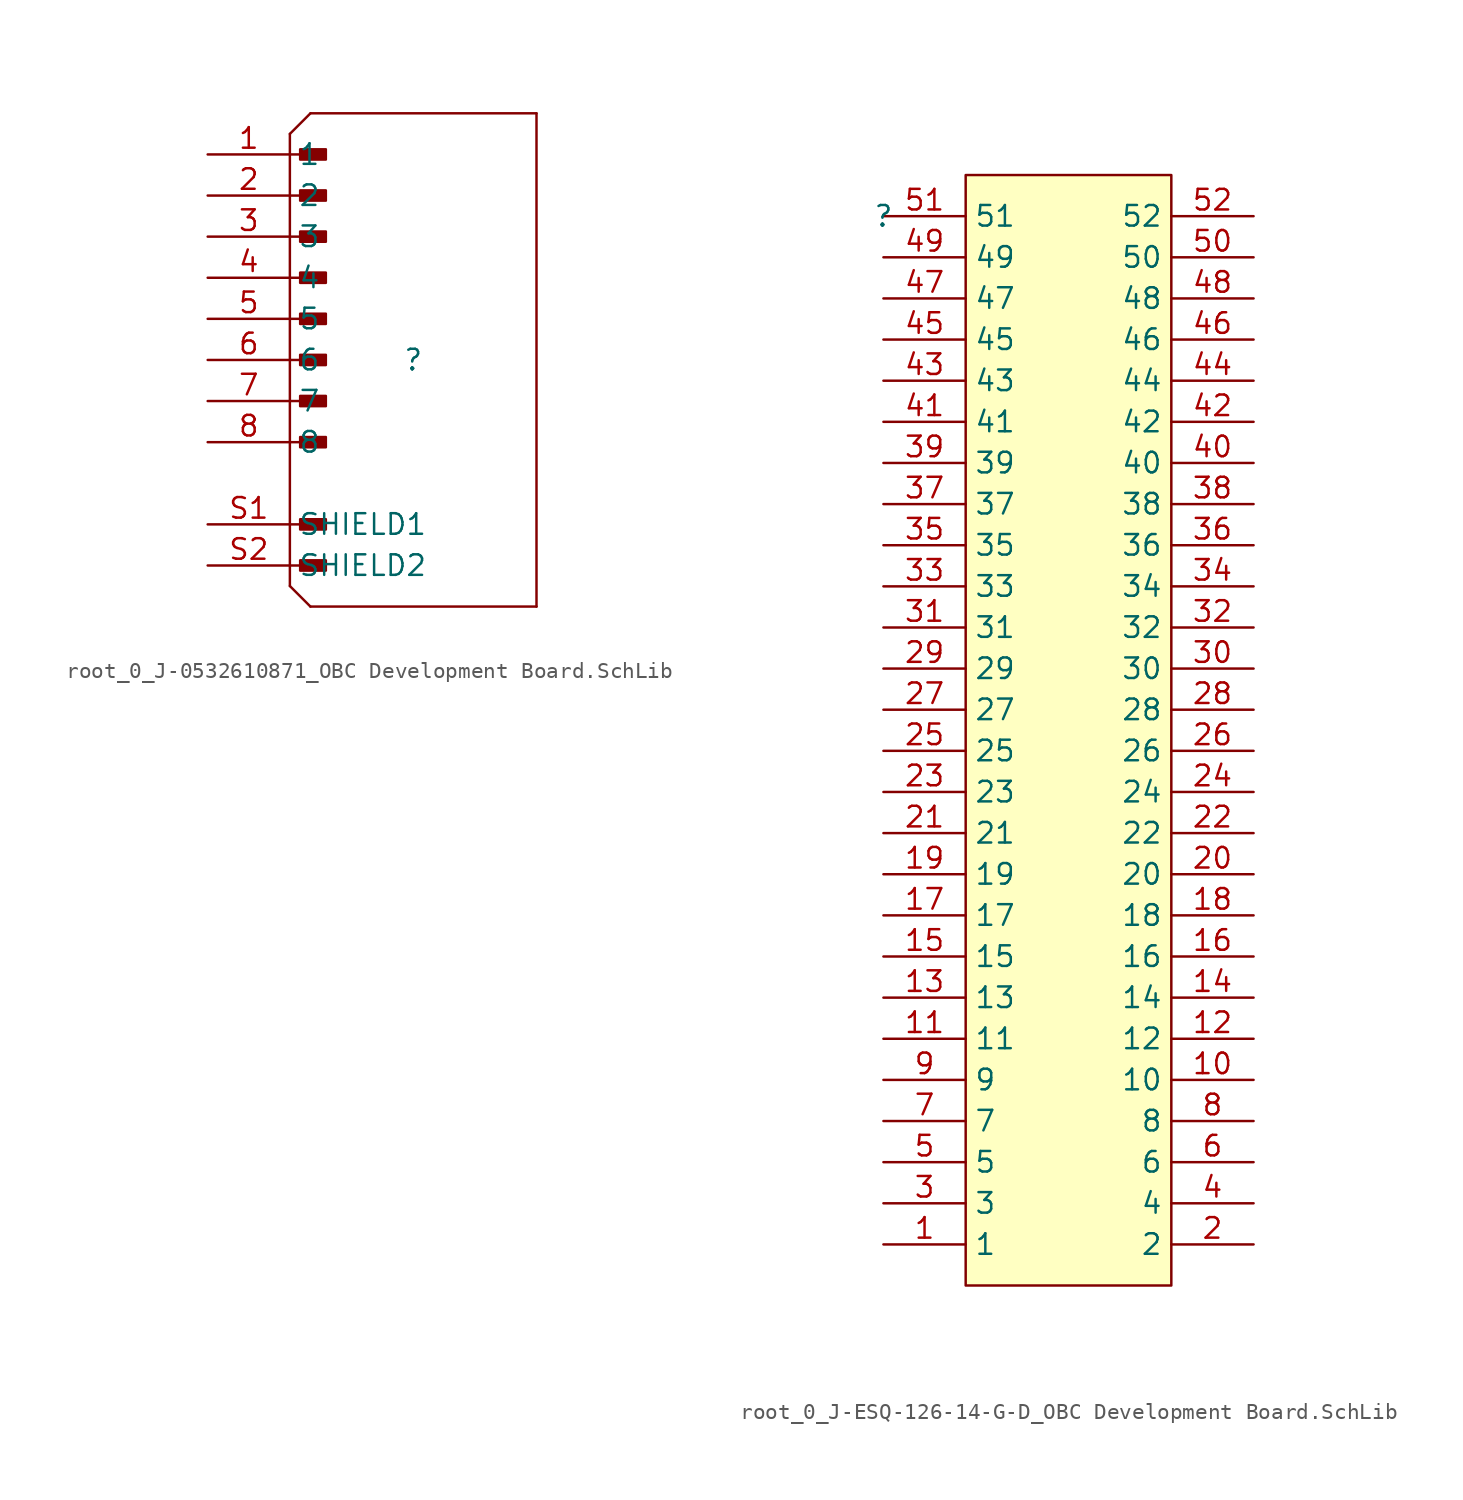
<source format=kicad_sym>
(kicad_symbol_lib
  (version 20241209)
  (generator "kicad_symbol_editor")
  (generator_version "9.0")
  (symbol "root_0_J-0532610871_OBC Development Board.SchLib"
    (property "Reference" ""
      (at 0 0 0)
      (effects (font (size 1.27 1.27))))
    (property "Value" ""
      (at 0 0 0)
      (effects (font (size 1.27 1.27))))
    (symbol "root_0_J-0532610871_OBC Development Board.SchLib_1_0"
      (polyline (pts (xy -7.62 13.97) (xy -7.62 -13.97)) (stroke (width 0) (type solid)) (fill (type none)))
      (polyline (pts (xy -7.62 13.97) (xy -6.35 15.24)) (stroke (width 0) (type solid)) (fill (type none)))
      (polyline (pts (xy -7.62 12.7) (xy -5.715 12.7)) (stroke (width 0) (type solid)) (fill (type none)))
      (polyline (pts (xy -7.62 10.16) (xy -5.715 10.16)) (stroke (width 0) (type solid)) (fill (type none)))
      (polyline (pts (xy -7.62 7.62) (xy -5.715 7.62)) (stroke (width 0) (type solid)) (fill (type none)))
      (polyline (pts (xy -7.62 5.08) (xy -5.715 5.08)) (stroke (width 0) (type solid)) (fill (type none)))
      (polyline (pts (xy -7.62 2.54) (xy -5.715 2.54)) (stroke (width 0) (type solid)) (fill (type none)))
      (polyline (pts (xy -7.62 0) (xy -5.715 0)) (stroke (width 0) (type solid)) (fill (type none)))
      (polyline (pts (xy -7.62 -2.54) (xy -5.715 -2.54)) (stroke (width 0) (type solid)) (fill (type none)))
      (polyline (pts (xy -7.62 -5.08) (xy -5.715 -5.08)) (stroke (width 0) (type solid)) (fill (type none)))
      (polyline (pts (xy -7.62 -10.16) (xy -5.715 -10.16)) (stroke (width 0) (type solid)) (fill (type none)))
      (polyline (pts (xy -7.62 -12.7) (xy -5.715 -12.7)) (stroke (width 0) (type solid)) (fill (type none)))
      (polyline (pts (xy -7.62 -13.97) (xy -6.35 -15.24)) (stroke (width 0) (type solid)) (fill (type none)))
      (polyline (pts (xy -6.35 -15.24) (xy 7.62 -15.24)) (stroke (width 0) (type solid)) (fill (type none)))
      (rectangle (start -5.397 13.018) (end -6.985 12.383) (stroke (width 0) (type solid)) (fill (type outline)))
      (rectangle (start -5.397 10.478) (end -6.985 9.843) (stroke (width 0) (type solid)) (fill (type outline)))
      (rectangle (start -5.397 7.938) (end -6.985 7.303) (stroke (width 0) (type solid)) (fill (type outline)))
      (rectangle (start -5.397 5.398) (end -6.985 4.763) (stroke (width 0) (type solid)) (fill (type outline)))
      (rectangle (start -5.397 2.858) (end -6.985 2.223) (stroke (width 0) (type solid)) (fill (type outline)))
      (rectangle (start -5.397 0.318) (end -6.985 -0.317) (stroke (width 0) (type solid)) (fill (type outline)))
      (rectangle (start -5.397 -2.222) (end -6.985 -2.857) (stroke (width 0) (type solid)) (fill (type outline)))
      (rectangle (start -5.397 -4.762) (end -6.985 -5.397) (stroke (width 0) (type solid)) (fill (type outline)))
      (rectangle (start -5.397 -9.842) (end -6.985 -10.477) (stroke (width 0) (type solid)) (fill (type outline)))
      (rectangle (start -5.397 -12.382) (end -6.985 -13.017) (stroke (width 0) (type solid)) (fill (type outline)))
      (polyline (pts (xy 7.62 15.24) (xy -6.35 15.24)) (stroke (width 0) (type solid)) (fill (type none)))
      (polyline (pts (xy 7.62 -15.24) (xy 7.62 15.24)) (stroke (width 0) (type solid)) (fill (type none)))
      (pin passive line (at -12.7 12.7 0) (length 5.08) (name "1" (effects (font (size 1.27 1.27)))) (number "1" (effects (font (size 1.27 1.27)))))
      (pin passive line (at -12.7 10.16 0) (length 5.08) (name "2" (effects (font (size 1.27 1.27)))) (number "2" (effects (font (size 1.27 1.27)))))
      (pin passive line (at -12.7 7.62 0) (length 5.08) (name "3" (effects (font (size 1.27 1.27)))) (number "3" (effects (font (size 1.27 1.27)))))
      (pin passive line (at -12.7 5.08 0) (length 5.08) (name "4" (effects (font (size 1.27 1.27)))) (number "4" (effects (font (size 1.27 1.27)))))
      (pin passive line (at -12.7 2.54 0) (length 5.08) (name "5" (effects (font (size 1.27 1.27)))) (number "5" (effects (font (size 1.27 1.27)))))
      (pin passive line (at -12.7 0 0) (length 5.08) (name "6" (effects (font (size 1.27 1.27)))) (number "6" (effects (font (size 1.27 1.27)))))
      (pin passive line (at -12.7 -2.54 0) (length 5.08) (name "7" (effects (font (size 1.27 1.27)))) (number "7" (effects (font (size 1.27 1.27)))))
      (pin passive line (at -12.7 -5.08 0) (length 5.08) (name "8" (effects (font (size 1.27 1.27)))) (number "8" (effects (font (size 1.27 1.27)))))
      (pin passive line (at -12.7 -10.16 0) (length 5.08) (name "SHIELD1" (effects (font (size 1.27 1.27)))) (number "S1" (effects (font (size 1.27 1.27)))))
      (pin passive line (at -12.7 -12.7 0) (length 5.08) (name "SHIELD2" (effects (font (size 1.27 1.27)))) (number "S2" (effects (font (size 1.27 1.27)))))))
  (symbol "root_0_J-ESQ-126-14-G-D_OBC Development Board.SchLib"
    (property "Reference" ""
      (at 0 0 0)
      (effects (font (size 1.27 1.27))))
    (property "Value" ""
      (at 0 0 0)
      (effects (font (size 1.27 1.27))))
    (symbol "root_0_J-ESQ-126-14-G-D_OBC Development Board.SchLib_1_0"
      (rectangle (start 17.78 2.54) (end 5.08 -66.04) (stroke (width 0) (type solid) (color 128 0 0 1)) (fill (type background)))
      (pin passive line (at 0 0 0) (length 5.08) (name "51" (effects (font (size 1.27 1.27)))) (number "51" (effects (font (size 1.27 1.27)))))
      (pin passive line (at 0 -2.54 0) (length 5.08) (name "49" (effects (font (size 1.27 1.27)))) (number "49" (effects (font (size 1.27 1.27)))))
      (pin passive line (at 0 -5.08 0) (length 5.08) (name "47" (effects (font (size 1.27 1.27)))) (number "47" (effects (font (size 1.27 1.27)))))
      (pin passive line (at 0 -7.62 0) (length 5.08) (name "45" (effects (font (size 1.27 1.27)))) (number "45" (effects (font (size 1.27 1.27)))))
      (pin passive line (at 0 -10.16 0) (length 5.08) (name "43" (effects (font (size 1.27 1.27)))) (number "43" (effects (font (size 1.27 1.27)))))
      (pin passive line (at 0 -12.7 0) (length 5.08) (name "41" (effects (font (size 1.27 1.27)))) (number "41" (effects (font (size 1.27 1.27)))))
      (pin passive line (at 0 -15.24 0) (length 5.08) (name "39" (effects (font (size 1.27 1.27)))) (number "39" (effects (font (size 1.27 1.27)))))
      (pin passive line (at 0 -17.78 0) (length 5.08) (name "37" (effects (font (size 1.27 1.27)))) (number "37" (effects (font (size 1.27 1.27)))))
      (pin passive line (at 0 -20.32 0) (length 5.08) (name "35" (effects (font (size 1.27 1.27)))) (number "35" (effects (font (size 1.27 1.27)))))
      (pin passive line (at 0 -22.86 0) (length 5.08) (name "33" (effects (font (size 1.27 1.27)))) (number "33" (effects (font (size 1.27 1.27)))))
      (pin passive line (at 0 -25.4 0) (length 5.08) (name "31" (effects (font (size 1.27 1.27)))) (number "31" (effects (font (size 1.27 1.27)))))
      (pin passive line (at 0 -27.94 0) (length 5.08) (name "29" (effects (font (size 1.27 1.27)))) (number "29" (effects (font (size 1.27 1.27)))))
      (pin passive line (at 0 -30.48 0) (length 5.08) (name "27" (effects (font (size 1.27 1.27)))) (number "27" (effects (font (size 1.27 1.27)))))
      (pin passive line (at 0 -33.02 0) (length 5.08) (name "25" (effects (font (size 1.27 1.27)))) (number "25" (effects (font (size 1.27 1.27)))))
      (pin passive line (at 0 -35.56 0) (length 5.08) (name "23" (effects (font (size 1.27 1.27)))) (number "23" (effects (font (size 1.27 1.27)))))
      (pin passive line (at 0 -38.1 0) (length 5.08) (name "21" (effects (font (size 1.27 1.27)))) (number "21" (effects (font (size 1.27 1.27)))))
      (pin passive line (at 0 -40.64 0) (length 5.08) (name "19" (effects (font (size 1.27 1.27)))) (number "19" (effects (font (size 1.27 1.27)))))
      (pin passive line (at 0 -43.18 0) (length 5.08) (name "17" (effects (font (size 1.27 1.27)))) (number "17" (effects (font (size 1.27 1.27)))))
      (pin passive line (at 0 -45.72 0) (length 5.08) (name "15" (effects (font (size 1.27 1.27)))) (number "15" (effects (font (size 1.27 1.27)))))
      (pin passive line (at 0 -48.26 0) (length 5.08) (name "13" (effects (font (size 1.27 1.27)))) (number "13" (effects (font (size 1.27 1.27)))))
      (pin passive line (at 0 -50.8 0) (length 5.08) (name "11" (effects (font (size 1.27 1.27)))) (number "11" (effects (font (size 1.27 1.27)))))
      (pin passive line (at 0 -53.34 0) (length 5.08) (name "9" (effects (font (size 1.27 1.27)))) (number "9" (effects (font (size 1.27 1.27)))))
      (pin passive line (at 0 -55.88 0) (length 5.08) (name "7" (effects (font (size 1.27 1.27)))) (number "7" (effects (font (size 1.27 1.27)))))
      (pin passive line (at 0 -58.42 0) (length 5.08) (name "5" (effects (font (size 1.27 1.27)))) (number "5" (effects (font (size 1.27 1.27)))))
      (pin passive line (at 0 -60.96 0) (length 5.08) (name "3" (effects (font (size 1.27 1.27)))) (number "3" (effects (font (size 1.27 1.27)))))
      (pin passive line (at 0 -63.5 0) (length 5.08) (name "1" (effects (font (size 1.27 1.27)))) (number "1" (effects (font (size 1.27 1.27)))))
      (pin passive line (at 22.86 0 180) (length 5.08) (name "52" (effects (font (size 1.27 1.27)))) (number "52" (effects (font (size 1.27 1.27)))))
      (pin passive line (at 22.86 -2.54 180) (length 5.08) (name "50" (effects (font (size 1.27 1.27)))) (number "50" (effects (font (size 1.27 1.27)))))
      (pin passive line (at 22.86 -5.08 180) (length 5.08) (name "48" (effects (font (size 1.27 1.27)))) (number "48" (effects (font (size 1.27 1.27)))))
      (pin passive line (at 22.86 -7.62 180) (length 5.08) (name "46" (effects (font (size 1.27 1.27)))) (number "46" (effects (font (size 1.27 1.27)))))
      (pin passive line (at 22.86 -10.16 180) (length 5.08) (name "44" (effects (font (size 1.27 1.27)))) (number "44" (effects (font (size 1.27 1.27)))))
      (pin passive line (at 22.86 -12.7 180) (length 5.08) (name "42" (effects (font (size 1.27 1.27)))) (number "42" (effects (font (size 1.27 1.27)))))
      (pin passive line (at 22.86 -15.24 180) (length 5.08) (name "40" (effects (font (size 1.27 1.27)))) (number "40" (effects (font (size 1.27 1.27)))))
      (pin passive line (at 22.86 -17.78 180) (length 5.08) (name "38" (effects (font (size 1.27 1.27)))) (number "38" (effects (font (size 1.27 1.27)))))
      (pin passive line (at 22.86 -20.32 180) (length 5.08) (name "36" (effects (font (size 1.27 1.27)))) (number "36" (effects (font (size 1.27 1.27)))))
      (pin passive line (at 22.86 -22.86 180) (length 5.08) (name "34" (effects (font (size 1.27 1.27)))) (number "34" (effects (font (size 1.27 1.27)))))
      (pin passive line (at 22.86 -25.4 180) (length 5.08) (name "32" (effects (font (size 1.27 1.27)))) (number "32" (effects (font (size 1.27 1.27)))))
      (pin passive line (at 22.86 -27.94 180) (length 5.08) (name "30" (effects (font (size 1.27 1.27)))) (number "30" (effects (font (size 1.27 1.27)))))
      (pin passive line (at 22.86 -30.48 180) (length 5.08) (name "28" (effects (font (size 1.27 1.27)))) (number "28" (effects (font (size 1.27 1.27)))))
      (pin passive line (at 22.86 -33.02 180) (length 5.08) (name "26" (effects (font (size 1.27 1.27)))) (number "26" (effects (font (size 1.27 1.27)))))
      (pin passive line (at 22.86 -35.56 180) (length 5.08) (name "24" (effects (font (size 1.27 1.27)))) (number "24" (effects (font (size 1.27 1.27)))))
      (pin passive line (at 22.86 -38.1 180) (length 5.08) (name "22" (effects (font (size 1.27 1.27)))) (number "22" (effects (font (size 1.27 1.27)))))
      (pin passive line (at 22.86 -40.64 180) (length 5.08) (name "20" (effects (font (size 1.27 1.27)))) (number "20" (effects (font (size 1.27 1.27)))))
      (pin passive line (at 22.86 -43.18 180) (length 5.08) (name "18" (effects (font (size 1.27 1.27)))) (number "18" (effects (font (size 1.27 1.27)))))
      (pin passive line (at 22.86 -45.72 180) (length 5.08) (name "16" (effects (font (size 1.27 1.27)))) (number "16" (effects (font (size 1.27 1.27)))))
      (pin passive line (at 22.86 -48.26 180) (length 5.08) (name "14" (effects (font (size 1.27 1.27)))) (number "14" (effects (font (size 1.27 1.27)))))
      (pin passive line (at 22.86 -50.8 180) (length 5.08) (name "12" (effects (font (size 1.27 1.27)))) (number "12" (effects (font (size 1.27 1.27)))))
      (pin passive line (at 22.86 -53.34 180) (length 5.08) (name "10" (effects (font (size 1.27 1.27)))) (number "10" (effects (font (size 1.27 1.27)))))
      (pin passive line (at 22.86 -55.88 180) (length 5.08) (name "8" (effects (font (size 1.27 1.27)))) (number "8" (effects (font (size 1.27 1.27)))))
      (pin passive line (at 22.86 -58.42 180) (length 5.08) (name "6" (effects (font (size 1.27 1.27)))) (number "6" (effects (font (size 1.27 1.27)))))
      (pin passive line (at 22.86 -60.96 180) (length 5.08) (name "4" (effects (font (size 1.27 1.27)))) (number "4" (effects (font (size 1.27 1.27)))))
      (pin passive line (at 22.86 -63.5 180) (length 5.08) (name "2" (effects (font (size 1.27 1.27)))) (number "2" (effects (font (size 1.27 1.27))))))))
</source>
